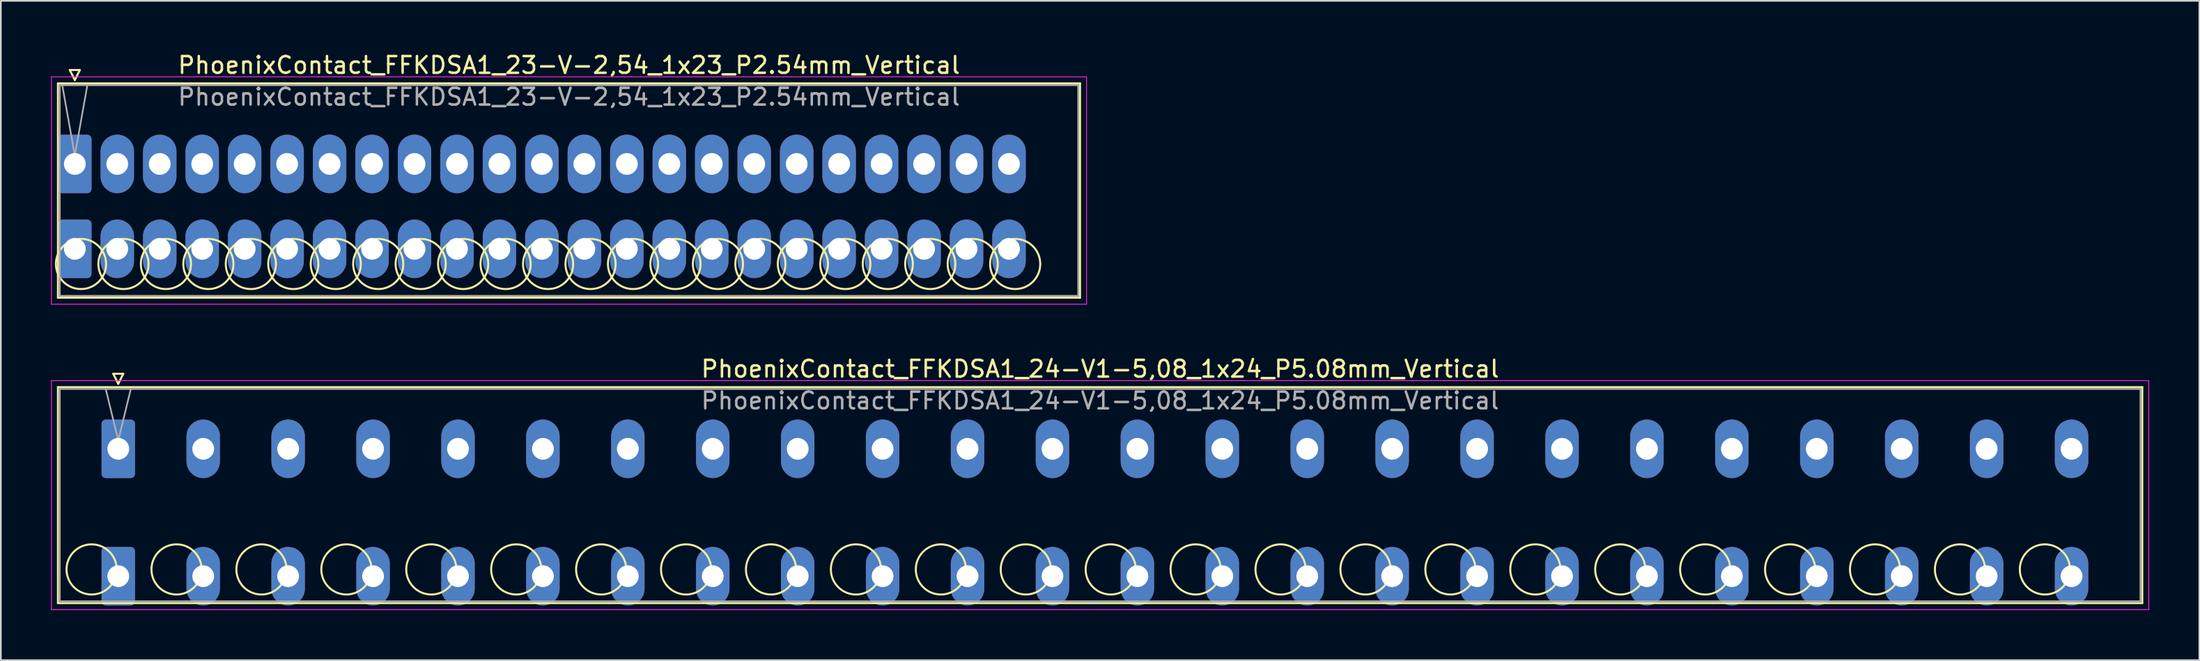
<source format=kicad_pcb>
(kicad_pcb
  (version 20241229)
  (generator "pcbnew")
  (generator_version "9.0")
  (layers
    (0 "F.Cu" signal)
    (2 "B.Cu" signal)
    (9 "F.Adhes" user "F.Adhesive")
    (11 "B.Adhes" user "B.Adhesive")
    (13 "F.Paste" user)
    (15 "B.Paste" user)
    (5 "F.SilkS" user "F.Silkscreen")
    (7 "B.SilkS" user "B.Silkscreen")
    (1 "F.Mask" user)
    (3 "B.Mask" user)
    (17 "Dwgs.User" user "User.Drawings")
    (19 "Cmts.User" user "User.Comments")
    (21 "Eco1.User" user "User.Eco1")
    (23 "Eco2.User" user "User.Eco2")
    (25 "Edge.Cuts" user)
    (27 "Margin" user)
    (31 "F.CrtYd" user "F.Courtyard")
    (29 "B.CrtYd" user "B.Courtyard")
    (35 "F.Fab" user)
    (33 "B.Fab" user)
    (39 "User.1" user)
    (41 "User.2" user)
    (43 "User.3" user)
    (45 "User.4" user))
  (footprint "PhoenixContact_FFKDSA1_24-V1-5,08_1x24_P5.08mm_Vertical"
    (layer "F.Cu")
    (at 4.025 23.802)
    (property "Reference" "PhoenixContact_FFKDSA1_24-V1-5,08_1x24_P5.08mm_Vertical" (at 58.73 -4.78 0) (layer "F.SilkS") (effects (font (size 1 1) (thickness 0.15))))
    (attr through_hole)
    (fp_line (start -3.61 -3.69) (end -3.61 9.23) (stroke (width 0.12) (type solid)) (layer "F.SilkS"))
    (fp_line (start -3.61 9.23) (end 121.07 9.23) (stroke (width 0.12) (type solid)) (layer "F.SilkS"))
    (fp_line (start -0.3 -4.49) (end 0.3 -4.49) (stroke (width 0.12) (type solid)) (layer "F.SilkS"))
    (fp_line (start 0 -3.89) (end -0.3 -4.49) (stroke (width 0.12) (type solid)) (layer "F.SilkS"))
    (fp_line (start 0.3 -4.49) (end 0 -3.89) (stroke (width 0.12) (type solid)) (layer "F.SilkS"))
    (fp_line (start 121.07 -3.69) (end -3.61 -3.69) (stroke (width 0.12) (type solid)) (layer "F.SilkS"))
    (fp_line (start 121.07 9.23) (end 121.07 -3.69) (stroke (width 0.12) (type solid)) (layer "F.SilkS"))
    (fp_circle (center -1.595 7.215) (end -0.095 7.215) (stroke (width 0.12) (type solid)) (fill no) (layer "F.SilkS"))
    (fp_circle (center 3.485 7.215) (end 4.985 7.215) (stroke (width 0.12) (type solid)) (fill no) (layer "F.SilkS"))
    (fp_circle (center 8.565 7.215) (end 10.065 7.215) (stroke (width 0.12) (type solid)) (fill no) (layer "F.SilkS"))
    (fp_circle (center 13.645 7.215) (end 15.145 7.215) (stroke (width 0.12) (type solid)) (fill no) (layer "F.SilkS"))
    (fp_circle (center 18.725 7.215) (end 20.225 7.215) (stroke (width 0.12) (type solid)) (fill no) (layer "F.SilkS"))
    (fp_circle (center 23.805 7.215) (end 25.305 7.215) (stroke (width 0.12) (type solid)) (fill no) (layer "F.SilkS"))
    (fp_circle (center 28.885 7.215) (end 30.385 7.215) (stroke (width 0.12) (type solid)) (fill no) (layer "F.SilkS"))
    (fp_circle (center 33.965 7.215) (end 35.465 7.215) (stroke (width 0.12) (type solid)) (fill no) (layer "F.SilkS"))
    (fp_circle (center 39.045 7.215) (end 40.545 7.215) (stroke (width 0.12) (type solid)) (fill no) (layer "F.SilkS"))
    (fp_circle (center 44.125 7.215) (end 45.625 7.215) (stroke (width 0.12) (type solid)) (fill no) (layer "F.SilkS"))
    (fp_circle (center 49.205 7.215) (end 50.705 7.215) (stroke (width 0.12) (type solid)) (fill no) (layer "F.SilkS"))
    (fp_circle (center 54.285 7.215) (end 55.785 7.215) (stroke (width 0.12) (type solid)) (fill no) (layer "F.SilkS"))
    (fp_circle (center 59.365 7.215) (end 60.865 7.215) (stroke (width 0.12) (type solid)) (fill no) (layer "F.SilkS"))
    (fp_circle (center 64.445 7.215) (end 65.945 7.215) (stroke (width 0.12) (type solid)) (fill no) (layer "F.SilkS"))
    (fp_circle (center 69.525 7.215) (end 71.025 7.215) (stroke (width 0.12) (type solid)) (fill no) (layer "F.SilkS"))
    (fp_circle (center 74.605 7.215) (end 76.105 7.215) (stroke (width 0.12) (type solid)) (fill no) (layer "F.SilkS"))
    (fp_circle (center 79.685 7.215) (end 81.185 7.215) (stroke (width 0.12) (type solid)) (fill no) (layer "F.SilkS"))
    (fp_circle (center 84.765 7.215) (end 86.265 7.215) (stroke (width 0.12) (type solid)) (fill no) (layer "F.SilkS"))
    (fp_circle (center 89.845 7.215) (end 91.345 7.215) (stroke (width 0.12) (type solid)) (fill no) (layer "F.SilkS"))
    (fp_circle (center 94.925 7.215) (end 96.425 7.215) (stroke (width 0.12) (type solid)) (fill no) (layer "F.SilkS"))
    (fp_circle (center 100.005 7.215) (end 101.505 7.215) (stroke (width 0.12) (type solid)) (fill no) (layer "F.SilkS"))
    (fp_circle (center 105.085 7.215) (end 106.585 7.215) (stroke (width 0.12) (type solid)) (fill no) (layer "F.SilkS"))
    (fp_circle (center 110.165 7.215) (end 111.665 7.215) (stroke (width 0.12) (type solid)) (fill no) (layer "F.SilkS"))
    (fp_circle (center 115.245 7.215) (end 116.745 7.215) (stroke (width 0.12) (type solid)) (fill no) (layer "F.SilkS"))
    (fp_line (start -4 -4.08) (end -4 9.62) (stroke (width 0.05) (type solid)) (layer "F.CrtYd"))
    (fp_line (start -4 9.62) (end 121.46 9.62) (stroke (width 0.05) (type solid)) (layer "F.CrtYd"))
    (fp_line (start 121.46 -4.08) (end -4 -4.08) (stroke (width 0.05) (type solid)) (layer "F.CrtYd"))
    (fp_line (start 121.46 9.62) (end 121.46 -4.08) (stroke (width 0.05) (type solid)) (layer "F.CrtYd"))
    (fp_line (start -3.5 -3.58) (end -3.5 9.12) (stroke (width 0.1) (type solid)) (layer "F.Fab"))
    (fp_line (start -3.5 9.12) (end 120.96 9.12) (stroke (width 0.1) (type solid)) (layer "F.Fab"))
    (fp_line (start 0 -0.5) (end -0.75 -3.58) (stroke (width 0.1) (type solid)) (layer "F.Fab"))
    (fp_line (start 0.75 -3.58) (end 0 -0.5) (stroke (width 0.1) (type solid)) (layer "F.Fab"))
    (fp_line (start 120.96 -3.58) (end -3.5 -3.58) (stroke (width 0.1) (type solid)) (layer "F.Fab"))
    (fp_line (start 120.96 9.12) (end 120.96 -3.58) (stroke (width 0.1) (type solid)) (layer "F.Fab"))
    (fp_text user "${REFERENCE}" (at 58.73 -2.88 0) (layer "F.Fab") (effects (font (size 1 1) (thickness 0.15))))
    (pad "1" thru_hole roundrect (at 0 0) (size 2 3.5) (drill 1.3) (layers "*.Cu" "*.Mask") (roundrect_rratio 0.125))
    (pad "1" thru_hole roundrect (at 0 7.62) (size 2 3.5) (drill 1.3) (layers "*.Cu" "*.Mask") (roundrect_rratio 0.125))
    (pad "2" thru_hole oval (at 5.08 0) (size 2 3.5) (drill 1.3) (layers "*.Cu" "*.Mask"))
    (pad "2" thru_hole oval (at 5.08 7.62) (size 2 3.5) (drill 1.3) (layers "*.Cu" "*.Mask"))
    (pad "3" thru_hole oval (at 10.16 0) (size 2 3.5) (drill 1.3) (layers "*.Cu" "*.Mask"))
    (pad "3" thru_hole oval (at 10.16 7.62) (size 2 3.5) (drill 1.3) (layers "*.Cu" "*.Mask"))
    (pad "4" thru_hole oval (at 15.24 0) (size 2 3.5) (drill 1.3) (layers "*.Cu" "*.Mask"))
    (pad "4" thru_hole oval (at 15.24 7.62) (size 2 3.5) (drill 1.3) (layers "*.Cu" "*.Mask"))
    (pad "5" thru_hole oval (at 20.32 0) (size 2 3.5) (drill 1.3) (layers "*.Cu" "*.Mask"))
    (pad "5" thru_hole oval (at 20.32 7.62) (size 2 3.5) (drill 1.3) (layers "*.Cu" "*.Mask"))
    (pad "6" thru_hole oval (at 25.4 0) (size 2 3.5) (drill 1.3) (layers "*.Cu" "*.Mask"))
    (pad "6" thru_hole oval (at 25.4 7.62) (size 2 3.5) (drill 1.3) (layers "*.Cu" "*.Mask"))
    (pad "7" thru_hole oval (at 30.48 0) (size 2 3.5) (drill 1.3) (layers "*.Cu" "*.Mask"))
    (pad "7" thru_hole oval (at 30.48 7.62) (size 2 3.5) (drill 1.3) (layers "*.Cu" "*.Mask"))
    (pad "8" thru_hole oval (at 35.56 0) (size 2 3.5) (drill 1.3) (layers "*.Cu" "*.Mask"))
    (pad "8" thru_hole oval (at 35.56 7.62) (size 2 3.5) (drill 1.3) (layers "*.Cu" "*.Mask"))
    (pad "9" thru_hole oval (at 40.64 0) (size 2 3.5) (drill 1.3) (layers "*.Cu" "*.Mask"))
    (pad "9" thru_hole oval (at 40.64 7.62) (size 2 3.5) (drill 1.3) (layers "*.Cu" "*.Mask"))
    (pad "10" thru_hole oval (at 45.72 0) (size 2 3.5) (drill 1.3) (layers "*.Cu" "*.Mask"))
    (pad "10" thru_hole oval (at 45.72 7.62) (size 2 3.5) (drill 1.3) (layers "*.Cu" "*.Mask"))
    (pad "11" thru_hole oval (at 50.8 0) (size 2 3.5) (drill 1.3) (layers "*.Cu" "*.Mask"))
    (pad "11" thru_hole oval (at 50.8 7.62) (size 2 3.5) (drill 1.3) (layers "*.Cu" "*.Mask"))
    (pad "12" thru_hole oval (at 55.88 0) (size 2 3.5) (drill 1.3) (layers "*.Cu" "*.Mask"))
    (pad "12" thru_hole oval (at 55.88 7.62) (size 2 3.5) (drill 1.3) (layers "*.Cu" "*.Mask"))
    (pad "13" thru_hole oval (at 60.96 0) (size 2 3.5) (drill 1.3) (layers "*.Cu" "*.Mask"))
    (pad "13" thru_hole oval (at 60.96 7.62) (size 2 3.5) (drill 1.3) (layers "*.Cu" "*.Mask"))
    (pad "14" thru_hole oval (at 66.04 0) (size 2 3.5) (drill 1.3) (layers "*.Cu" "*.Mask"))
    (pad "14" thru_hole oval (at 66.04 7.62) (size 2 3.5) (drill 1.3) (layers "*.Cu" "*.Mask"))
    (pad "15" thru_hole oval (at 71.12 0) (size 2 3.5) (drill 1.3) (layers "*.Cu" "*.Mask"))
    (pad "15" thru_hole oval (at 71.12 7.62) (size 2 3.5) (drill 1.3) (layers "*.Cu" "*.Mask"))
    (pad "16" thru_hole oval (at 76.2 0) (size 2 3.5) (drill 1.3) (layers "*.Cu" "*.Mask"))
    (pad "16" thru_hole oval (at 76.2 7.62) (size 2 3.5) (drill 1.3) (layers "*.Cu" "*.Mask"))
    (pad "17" thru_hole oval (at 81.28 0) (size 2 3.5) (drill 1.3) (layers "*.Cu" "*.Mask"))
    (pad "17" thru_hole oval (at 81.28 7.62) (size 2 3.5) (drill 1.3) (layers "*.Cu" "*.Mask"))
    (pad "18" thru_hole oval (at 86.36 0) (size 2 3.5) (drill 1.3) (layers "*.Cu" "*.Mask"))
    (pad "18" thru_hole oval (at 86.36 7.62) (size 2 3.5) (drill 1.3) (layers "*.Cu" "*.Mask"))
    (pad "19" thru_hole oval (at 91.44 0) (size 2 3.5) (drill 1.3) (layers "*.Cu" "*.Mask"))
    (pad "19" thru_hole oval (at 91.44 7.62) (size 2 3.5) (drill 1.3) (layers "*.Cu" "*.Mask"))
    (pad "20" thru_hole oval (at 96.52 0) (size 2 3.5) (drill 1.3) (layers "*.Cu" "*.Mask"))
    (pad "20" thru_hole oval (at 96.52 7.62) (size 2 3.5) (drill 1.3) (layers "*.Cu" "*.Mask"))
    (pad "21" thru_hole oval (at 101.6 0) (size 2 3.5) (drill 1.3) (layers "*.Cu" "*.Mask"))
    (pad "21" thru_hole oval (at 101.6 7.62) (size 2 3.5) (drill 1.3) (layers "*.Cu" "*.Mask"))
    (pad "22" thru_hole oval (at 106.68 0) (size 2 3.5) (drill 1.3) (layers "*.Cu" "*.Mask"))
    (pad "22" thru_hole oval (at 106.68 7.62) (size 2 3.5) (drill 1.3) (layers "*.Cu" "*.Mask"))
    (pad "23" thru_hole oval (at 111.76 0) (size 2 3.5) (drill 1.3) (layers "*.Cu" "*.Mask"))
    (pad "23" thru_hole oval (at 111.76 7.62) (size 2 3.5) (drill 1.3) (layers "*.Cu" "*.Mask"))
    (pad "24" thru_hole oval (at 116.84 0) (size 2 3.5) (drill 1.3) (layers "*.Cu" "*.Mask"))
    (pad "24" thru_hole oval (at 116.84 7.62) (size 2 3.5) (drill 1.3) (layers "*.Cu" "*.Mask")))
  (footprint "PhoenixContact_FFKDSA1_23-V-2,54_1x23_P2.54mm_Vertical"
    (layer "F.Cu")
    (at 1.425 6.758)
    (property "Reference" "PhoenixContact_FFKDSA1_23-V-2,54_1x23_P2.54mm_Vertical" (at 29.56 -5.91 0) (layer "F.SilkS") (effects (font (size 1 1) (thickness 0.15))))
    (attr through_hole)
    (fp_line (start -1.01 -4.82) (end -1.01 8) (stroke (width 0.12) (type solid)) (layer "F.SilkS"))
    (fp_line (start -1.01 8) (end 60.13 8) (stroke (width 0.12) (type solid)) (layer "F.SilkS"))
    (fp_line (start -0.3 -5.62) (end 0.3 -5.62) (stroke (width 0.12) (type solid)) (layer "F.SilkS"))
    (fp_line (start 0 -5.02) (end -0.3 -5.62) (stroke (width 0.12) (type solid)) (layer "F.SilkS"))
    (fp_line (start 0.3 -5.62) (end 0 -5.02) (stroke (width 0.12) (type solid)) (layer "F.SilkS"))
    (fp_line (start 60.13 -4.82) (end -1.01 -4.82) (stroke (width 0.12) (type solid)) (layer "F.SilkS"))
    (fp_line (start 60.13 8) (end 60.13 -4.82) (stroke (width 0.12) (type solid)) (layer "F.SilkS"))
    (fp_circle (center 0.37 5.985) (end 1.87 5.985) (stroke (width 0.12) (type solid)) (fill no) (layer "F.SilkS"))
    (fp_circle (center 2.91 5.985) (end 4.41 5.985) (stroke (width 0.12) (type solid)) (fill no) (layer "F.SilkS"))
    (fp_circle (center 5.45 5.985) (end 6.95 5.985) (stroke (width 0.12) (type solid)) (fill no) (layer "F.SilkS"))
    (fp_circle (center 7.99 5.985) (end 9.49 5.985) (stroke (width 0.12) (type solid)) (fill no) (layer "F.SilkS"))
    (fp_circle (center 10.53 5.985) (end 12.03 5.985) (stroke (width 0.12) (type solid)) (fill no) (layer "F.SilkS"))
    (fp_circle (center 13.07 5.985) (end 14.57 5.985) (stroke (width 0.12) (type solid)) (fill no) (layer "F.SilkS"))
    (fp_circle (center 15.61 5.985) (end 17.11 5.985) (stroke (width 0.12) (type solid)) (fill no) (layer "F.SilkS"))
    (fp_circle (center 18.15 5.985) (end 19.65 5.985) (stroke (width 0.12) (type solid)) (fill no) (layer "F.SilkS"))
    (fp_circle (center 20.69 5.985) (end 22.19 5.985) (stroke (width 0.12) (type solid)) (fill no) (layer "F.SilkS"))
    (fp_circle (center 23.23 5.985) (end 24.73 5.985) (stroke (width 0.12) (type solid)) (fill no) (layer "F.SilkS"))
    (fp_circle (center 25.77 5.985) (end 27.27 5.985) (stroke (width 0.12) (type solid)) (fill no) (layer "F.SilkS"))
    (fp_circle (center 28.31 5.985) (end 29.81 5.985) (stroke (width 0.12) (type solid)) (fill no) (layer "F.SilkS"))
    (fp_circle (center 30.85 5.985) (end 32.35 5.985) (stroke (width 0.12) (type solid)) (fill no) (layer "F.SilkS"))
    (fp_circle (center 33.39 5.985) (end 34.89 5.985) (stroke (width 0.12) (type solid)) (fill no) (layer "F.SilkS"))
    (fp_circle (center 35.93 5.985) (end 37.43 5.985) (stroke (width 0.12) (type solid)) (fill no) (layer "F.SilkS"))
    (fp_circle (center 38.47 5.985) (end 39.97 5.985) (stroke (width 0.12) (type solid)) (fill no) (layer "F.SilkS"))
    (fp_circle (center 41.01 5.985) (end 42.51 5.985) (stroke (width 0.12) (type solid)) (fill no) (layer "F.SilkS"))
    (fp_circle (center 43.55 5.985) (end 45.05 5.985) (stroke (width 0.12) (type solid)) (fill no) (layer "F.SilkS"))
    (fp_circle (center 46.09 5.985) (end 47.59 5.985) (stroke (width 0.12) (type solid)) (fill no) (layer "F.SilkS"))
    (fp_circle (center 48.63 5.985) (end 50.13 5.985) (stroke (width 0.12) (type solid)) (fill no) (layer "F.SilkS"))
    (fp_circle (center 51.17 5.985) (end 52.67 5.985) (stroke (width 0.12) (type solid)) (fill no) (layer "F.SilkS"))
    (fp_circle (center 53.71 5.985) (end 55.21 5.985) (stroke (width 0.12) (type solid)) (fill no) (layer "F.SilkS"))
    (fp_circle (center 56.25 5.985) (end 57.75 5.985) (stroke (width 0.12) (type solid)) (fill no) (layer "F.SilkS"))
    (fp_line (start -1.4 -5.21) (end -1.4 8.39) (stroke (width 0.05) (type solid)) (layer "F.CrtYd"))
    (fp_line (start -1.4 8.39) (end 60.52 8.39) (stroke (width 0.05) (type solid)) (layer "F.CrtYd"))
    (fp_line (start 60.52 -5.21) (end -1.4 -5.21) (stroke (width 0.05) (type solid)) (layer "F.CrtYd"))
    (fp_line (start 60.52 8.39) (end 60.52 -5.21) (stroke (width 0.05) (type solid)) (layer "F.CrtYd"))
    (fp_line (start -0.9 -4.71) (end -0.9 7.89) (stroke (width 0.1) (type solid)) (layer "F.Fab"))
    (fp_line (start -0.9 7.89) (end 60.02 7.89) (stroke (width 0.1) (type solid)) (layer "F.Fab"))
    (fp_line (start 0 -0.5) (end -0.75 -4.71) (stroke (width 0.1) (type solid)) (layer "F.Fab"))
    (fp_line (start 0.75 -4.71) (end 0 -0.5) (stroke (width 0.1) (type solid)) (layer "F.Fab"))
    (fp_line (start 60.02 -4.71) (end -0.9 -4.71) (stroke (width 0.1) (type solid)) (layer "F.Fab"))
    (fp_line (start 60.02 7.89) (end 60.02 -4.71) (stroke (width 0.1) (type solid)) (layer "F.Fab"))
    (fp_text user "${REFERENCE}" (at 29.56 -4.01 0) (layer "F.Fab") (effects (font (size 1 1) (thickness 0.15))))
    (pad "1" thru_hole roundrect (at 0 0) (size 2 3.5) (drill 1.3) (layers "*.Cu" "*.Mask") (roundrect_rratio 0.125))
    (pad "1" thru_hole roundrect (at 0 5.08) (size 2 3.5) (drill 1.3) (layers "*.Cu" "*.Mask") (roundrect_rratio 0.125))
    (pad "2" thru_hole oval (at 2.54 0) (size 2 3.5) (drill 1.3) (layers "*.Cu" "*.Mask"))
    (pad "2" thru_hole oval (at 2.54 5.08) (size 2 3.5) (drill 1.3) (layers "*.Cu" "*.Mask"))
    (pad "3" thru_hole oval (at 5.08 0) (size 2 3.5) (drill 1.3) (layers "*.Cu" "*.Mask"))
    (pad "3" thru_hole oval (at 5.08 5.08) (size 2 3.5) (drill 1.3) (layers "*.Cu" "*.Mask"))
    (pad "4" thru_hole oval (at 7.62 0) (size 2 3.5) (drill 1.3) (layers "*.Cu" "*.Mask"))
    (pad "4" thru_hole oval (at 7.62 5.08) (size 2 3.5) (drill 1.3) (layers "*.Cu" "*.Mask"))
    (pad "5" thru_hole oval (at 10.16 0) (size 2 3.5) (drill 1.3) (layers "*.Cu" "*.Mask"))
    (pad "5" thru_hole oval (at 10.16 5.08) (size 2 3.5) (drill 1.3) (layers "*.Cu" "*.Mask"))
    (pad "6" thru_hole oval (at 12.7 0) (size 2 3.5) (drill 1.3) (layers "*.Cu" "*.Mask"))
    (pad "6" thru_hole oval (at 12.7 5.08) (size 2 3.5) (drill 1.3) (layers "*.Cu" "*.Mask"))
    (pad "7" thru_hole oval (at 15.24 0) (size 2 3.5) (drill 1.3) (layers "*.Cu" "*.Mask"))
    (pad "7" thru_hole oval (at 15.24 5.08) (size 2 3.5) (drill 1.3) (layers "*.Cu" "*.Mask"))
    (pad "8" thru_hole oval (at 17.78 0) (size 2 3.5) (drill 1.3) (layers "*.Cu" "*.Mask"))
    (pad "8" thru_hole oval (at 17.78 5.08) (size 2 3.5) (drill 1.3) (layers "*.Cu" "*.Mask"))
    (pad "9" thru_hole oval (at 20.32 0) (size 2 3.5) (drill 1.3) (layers "*.Cu" "*.Mask"))
    (pad "9" thru_hole oval (at 20.32 5.08) (size 2 3.5) (drill 1.3) (layers "*.Cu" "*.Mask"))
    (pad "10" thru_hole oval (at 22.86 0) (size 2 3.5) (drill 1.3) (layers "*.Cu" "*.Mask"))
    (pad "10" thru_hole oval (at 22.86 5.08) (size 2 3.5) (drill 1.3) (layers "*.Cu" "*.Mask"))
    (pad "11" thru_hole oval (at 25.4 0) (size 2 3.5) (drill 1.3) (layers "*.Cu" "*.Mask"))
    (pad "11" thru_hole oval (at 25.4 5.08) (size 2 3.5) (drill 1.3) (layers "*.Cu" "*.Mask"))
    (pad "12" thru_hole oval (at 27.94 0) (size 2 3.5) (drill 1.3) (layers "*.Cu" "*.Mask"))
    (pad "12" thru_hole oval (at 27.94 5.08) (size 2 3.5) (drill 1.3) (layers "*.Cu" "*.Mask"))
    (pad "13" thru_hole oval (at 30.48 0) (size 2 3.5) (drill 1.3) (layers "*.Cu" "*.Mask"))
    (pad "13" thru_hole oval (at 30.48 5.08) (size 2 3.5) (drill 1.3) (layers "*.Cu" "*.Mask"))
    (pad "14" thru_hole oval (at 33.02 0) (size 2 3.5) (drill 1.3) (layers "*.Cu" "*.Mask"))
    (pad "14" thru_hole oval (at 33.02 5.08) (size 2 3.5) (drill 1.3) (layers "*.Cu" "*.Mask"))
    (pad "15" thru_hole oval (at 35.56 0) (size 2 3.5) (drill 1.3) (layers "*.Cu" "*.Mask"))
    (pad "15" thru_hole oval (at 35.56 5.08) (size 2 3.5) (drill 1.3) (layers "*.Cu" "*.Mask"))
    (pad "16" thru_hole oval (at 38.1 0) (size 2 3.5) (drill 1.3) (layers "*.Cu" "*.Mask"))
    (pad "16" thru_hole oval (at 38.1 5.08) (size 2 3.5) (drill 1.3) (layers "*.Cu" "*.Mask"))
    (pad "17" thru_hole oval (at 40.64 0) (size 2 3.5) (drill 1.3) (layers "*.Cu" "*.Mask"))
    (pad "17" thru_hole oval (at 40.64 5.08) (size 2 3.5) (drill 1.3) (layers "*.Cu" "*.Mask"))
    (pad "18" thru_hole oval (at 43.18 0) (size 2 3.5) (drill 1.3) (layers "*.Cu" "*.Mask"))
    (pad "18" thru_hole oval (at 43.18 5.08) (size 2 3.5) (drill 1.3) (layers "*.Cu" "*.Mask"))
    (pad "19" thru_hole oval (at 45.72 0) (size 2 3.5) (drill 1.3) (layers "*.Cu" "*.Mask"))
    (pad "19" thru_hole oval (at 45.72 5.08) (size 2 3.5) (drill 1.3) (layers "*.Cu" "*.Mask"))
    (pad "20" thru_hole oval (at 48.26 0) (size 2 3.5) (drill 1.3) (layers "*.Cu" "*.Mask"))
    (pad "20" thru_hole oval (at 48.26 5.08) (size 2 3.5) (drill 1.3) (layers "*.Cu" "*.Mask"))
    (pad "21" thru_hole oval (at 50.8 0) (size 2 3.5) (drill 1.3) (layers "*.Cu" "*.Mask"))
    (pad "21" thru_hole oval (at 50.8 5.08) (size 2 3.5) (drill 1.3) (layers "*.Cu" "*.Mask"))
    (pad "22" thru_hole oval (at 53.34 0) (size 2 3.5) (drill 1.3) (layers "*.Cu" "*.Mask"))
    (pad "22" thru_hole oval (at 53.34 5.08) (size 2 3.5) (drill 1.3) (layers "*.Cu" "*.Mask"))
    (pad "23" thru_hole oval (at 55.88 0) (size 2 3.5) (drill 1.3) (layers "*.Cu" "*.Mask"))
    (pad "23" thru_hole oval (at 55.88 5.08) (size 2 3.5) (drill 1.3) (layers "*.Cu" "*.Mask")))
  (gr_rect
    (start -3 -3)
    (end 128.51 36.447)
    (stroke (width 0.1) (type default))
    (fill no)
    (layer "Edge.Cuts")))
</source>
